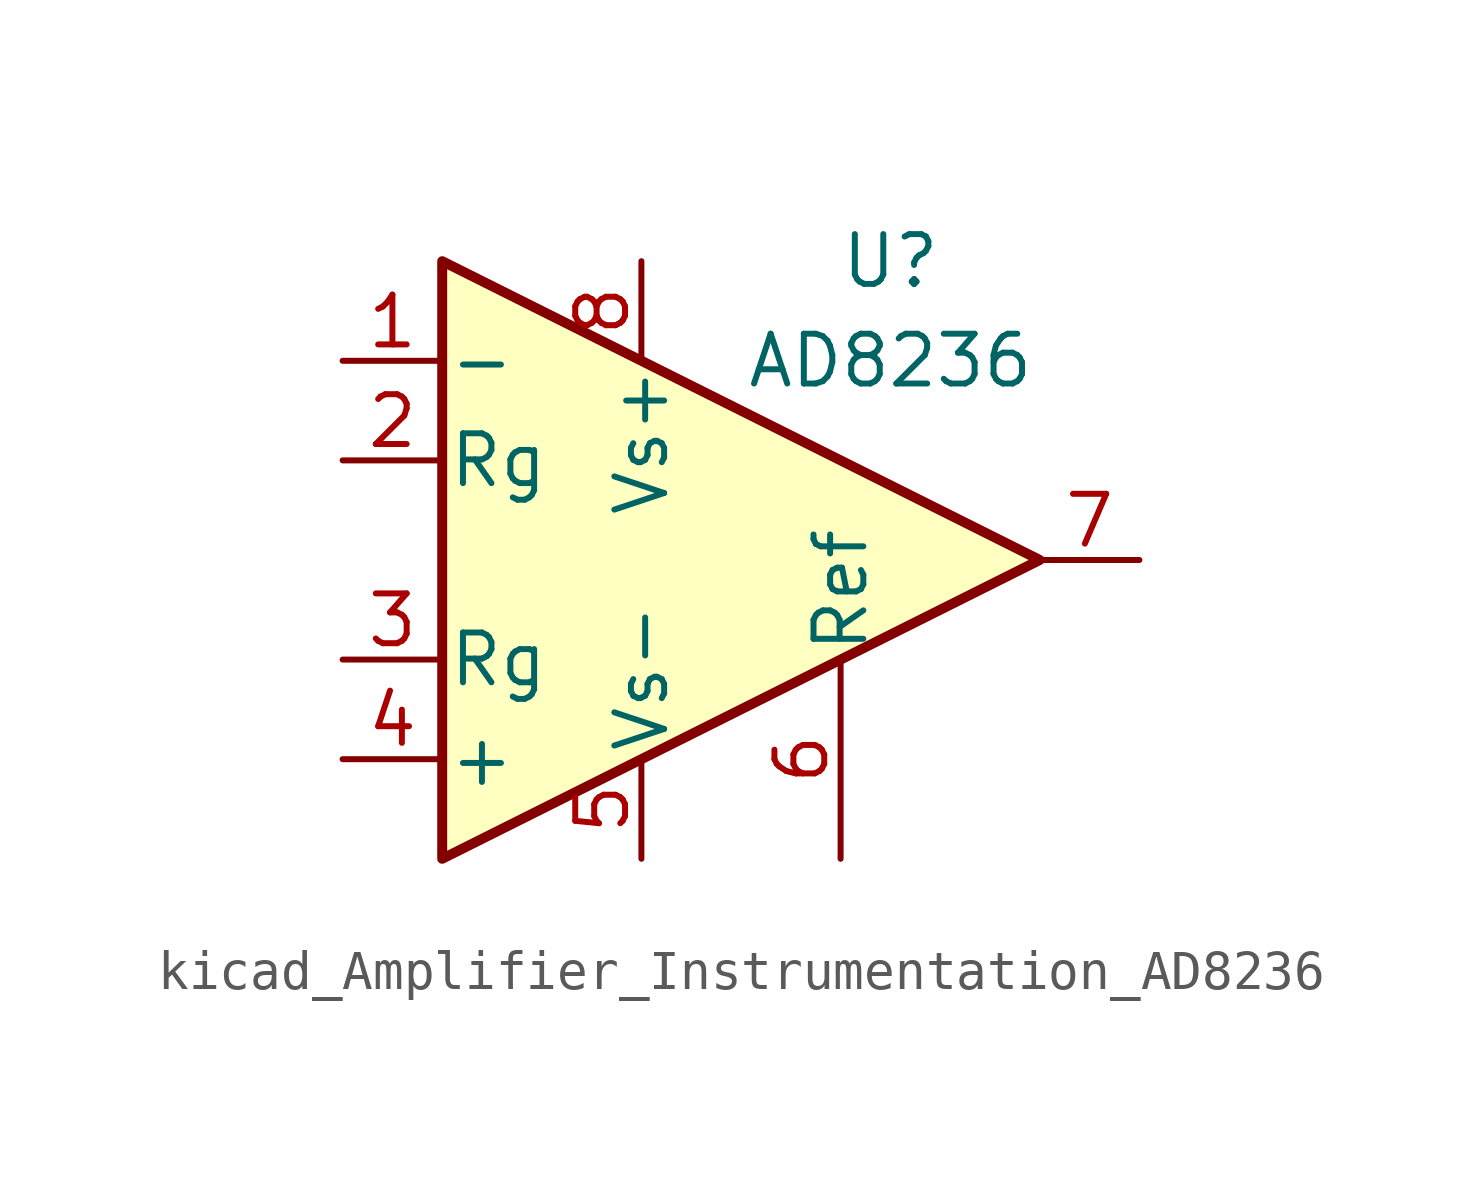
<source format=kicad_sym>
(kicad_symbol_lib
  (version 20220914)
  (generator kicad_symbol_editor)
  (symbol "kicad_Amplifier_Instrumentation_AD8236"
    (pin_names
      (offset 0.127))
    (property "Reference" "U"
      (at 3.81 7.62 0)
      (effects (font (size 1.27 1.27))))
    (property "Value" "AD8236"
      (at 3.81 5.08 0)
      (effects (font (size 1.27 1.27))))
    (symbol "kicad_Amplifier_Instrumentation_AD8236_0_1"
      (polyline (pts (xy -7.62 7.62) (xy -7.62 -7.62) (xy 7.62 0) (xy -7.62 7.62)) (stroke (width 0.254) (type default)) (fill (type background))))
    (symbol "kicad_Amplifier_Instrumentation_AD8236_1_1"
      (pin input line (at -10.16 5.08 0) (length 2.54) (name "-" (effects (font (size 1.27 1.27)))) (number "1" (effects (font (size 1.27 1.27)))))
      (pin passive line (at -10.16 2.54 0) (length 2.54) (name "Rg" (effects (font (size 1.27 1.27)))) (number "2" (effects (font (size 1.27 1.27)))))
      (pin passive line (at -10.16 -2.54 0) (length 2.54) (name "Rg" (effects (font (size 1.27 1.27)))) (number "3" (effects (font (size 1.27 1.27)))))
      (pin input line (at -10.16 -5.08 0) (length 2.54) (name "+" (effects (font (size 1.27 1.27)))) (number "4" (effects (font (size 1.27 1.27)))))
      (pin power_in line (at -2.54 -7.62 90) (length 2.54) (name "Vs-" (effects (font (size 1.27 1.27)))) (number "5" (effects (font (size 1.27 1.27)))))
      (pin passive line (at 2.54 -7.62 90) (length 5.08) (name "Ref" (effects (font (size 1.27 1.27)))) (number "6" (effects (font (size 1.27 1.27)))))
      (pin output line (at 10.16 0 180) (length 2.54) (name "~" (effects (font (size 1.27 1.27)))) (number "7" (effects (font (size 1.27 1.27)))))
      (pin power_in line (at -2.54 7.62 270) (length 2.54) (name "Vs+" (effects (font (size 1.27 1.27)))) (number "8" (effects (font (size 1.27 1.27))))))))
</source>
